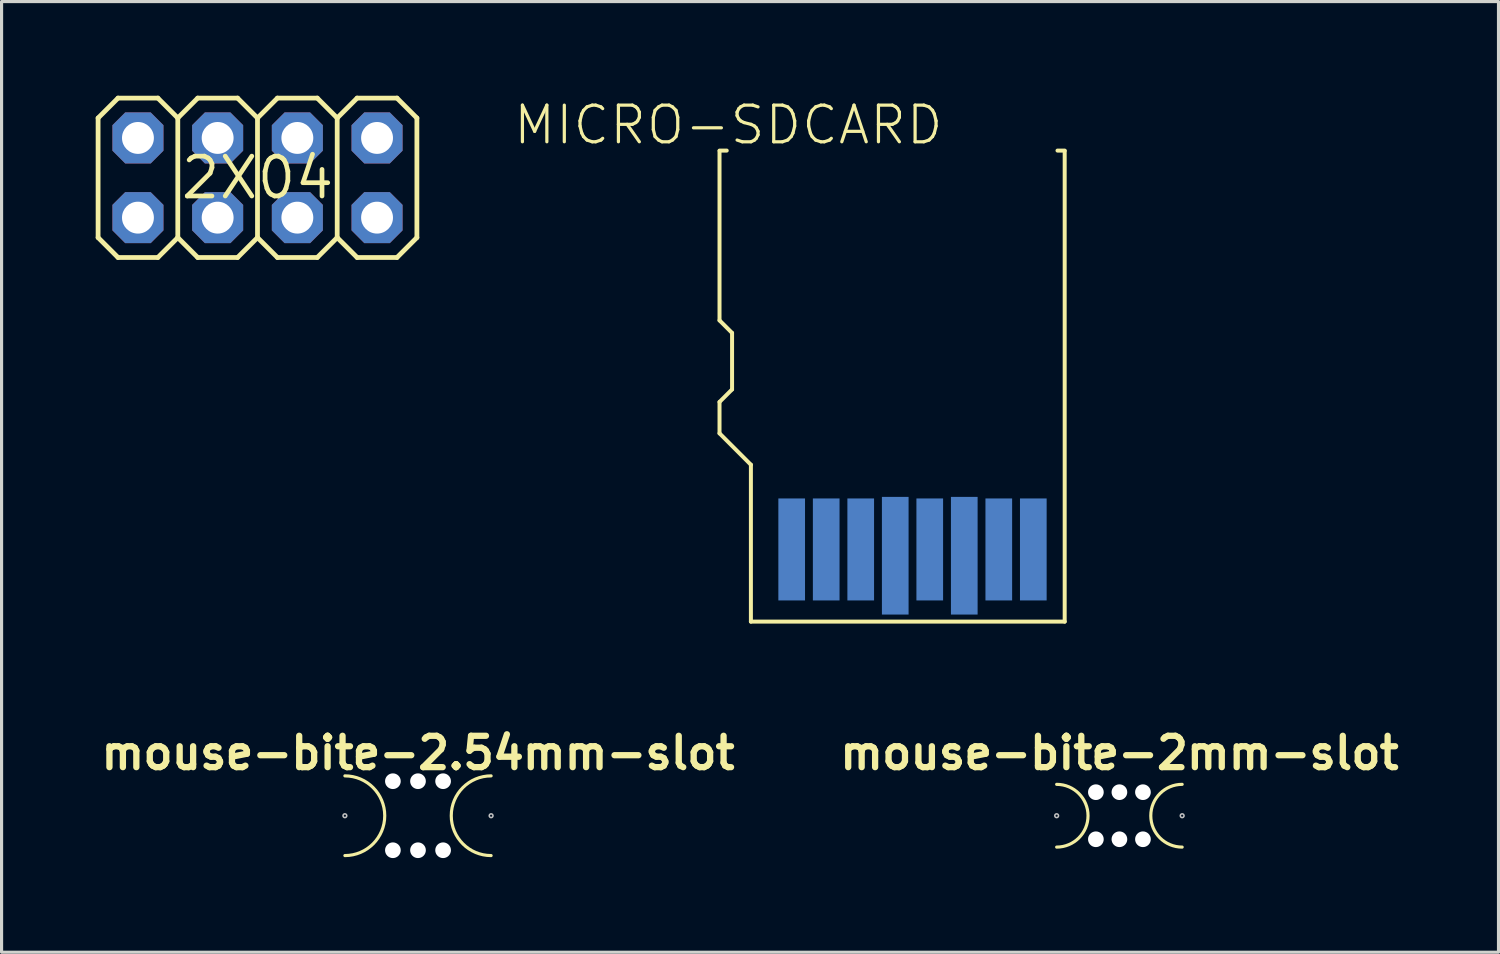
<source format=kicad_pcb>
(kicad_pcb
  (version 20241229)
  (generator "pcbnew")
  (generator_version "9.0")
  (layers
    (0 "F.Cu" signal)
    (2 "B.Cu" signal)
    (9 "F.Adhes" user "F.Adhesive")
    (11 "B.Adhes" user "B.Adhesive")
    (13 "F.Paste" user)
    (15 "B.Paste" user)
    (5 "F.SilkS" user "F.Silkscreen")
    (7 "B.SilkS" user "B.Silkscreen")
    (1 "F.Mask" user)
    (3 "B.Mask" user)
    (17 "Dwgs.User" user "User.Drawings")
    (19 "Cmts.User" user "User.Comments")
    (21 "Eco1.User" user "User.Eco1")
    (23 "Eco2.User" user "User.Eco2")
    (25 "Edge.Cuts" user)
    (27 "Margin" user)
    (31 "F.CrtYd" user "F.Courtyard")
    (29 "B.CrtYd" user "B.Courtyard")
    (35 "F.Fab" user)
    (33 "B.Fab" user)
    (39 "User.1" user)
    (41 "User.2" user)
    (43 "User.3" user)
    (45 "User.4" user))
  (footprint "MICRO-SDCARD"
    (layer "F.Cu")
    (at 20.72 16.76)
    (property "Reference" "MICRO-SDCARD" (at 6.35 -16.51 0) (layer "F.SilkS") (effects (font (size 1.168 1.168) (thickness 0.102)) (justify right top)))
    (fp_line (start -0.84 -15) (end -0.84 -9.6) (stroke (width 0.127) (type solid)) (layer "F.SilkS"))
    (fp_line (start -0.84 -9.6) (end -0.44 -9.2) (stroke (width 0.127) (type solid)) (layer "F.SilkS"))
    (fp_line (start -0.84 -7) (end -0.84 -6) (stroke (width 0.127) (type solid)) (layer "F.SilkS"))
    (fp_line (start -0.84 -6) (end 0.16 -5) (stroke (width 0.127) (type solid)) (layer "F.SilkS"))
    (fp_line (start -0.838 -15.011) (end -0.61 -15.011) (stroke (width 0.127) (type solid)) (layer "F.SilkS"))
    (fp_line (start -0.44 -9.2) (end -0.44 -7.4) (stroke (width 0.127) (type solid)) (layer "F.SilkS"))
    (fp_line (start -0.44 -7.4) (end -0.84 -7) (stroke (width 0.127) (type solid)) (layer "F.SilkS"))
    (fp_line (start 0.16 -5) (end 0.16 0) (stroke (width 0.127) (type solid)) (layer "F.SilkS"))
    (fp_line (start 0.16 0) (end 10.16 0) (stroke (width 0.127) (type solid)) (layer "F.SilkS"))
    (fp_line (start 9.931 -15.011) (end 10.16 -15.011) (stroke (width 0.127) (type solid)) (layer "F.SilkS"))
    (fp_line (start 10.16 0) (end 10.16 -15) (stroke (width 0.127) (type solid)) (layer "F.SilkS"))
    (pad "CD/DAT3" smd rect (at 2.56 -2.3) (size 0.85 3.25) (layers "B.Cu" "B.Mask" "B.Paste"))
    (pad "CLK" smd rect (at 5.86 -2.3) (size 0.85 3.25) (layers "B.Cu" "B.Mask" "B.Paste"))
    (pad "CMD" smd rect (at 3.66 -2.3) (size 0.85 3.25) (layers "B.Cu" "B.Mask" "B.Paste"))
    (pad "DAT0" smd rect (at 8.06 -2.3) (size 0.85 3.25) (layers "B.Cu" "B.Mask" "B.Paste"))
    (pad "DAT1" smd rect (at 9.16 -2.3) (size 0.85 3.25) (layers "B.Cu" "B.Mask" "B.Paste"))
    (pad "DAT2" smd rect (at 1.46 -2.3) (size 0.85 3.25) (layers "B.Cu" "B.Mask" "B.Paste"))
    (pad "GND" smd rect (at 6.96 -2.1 180) (size 0.85 3.75) (layers "B.Cu" "B.Mask" "B.Paste"))
    (pad "VCC" smd rect (at 4.76 -2.1) (size 0.85 3.75) (layers "B.Cu" "B.Mask" "B.Paste")))
  (footprint "mouse-bite-2mm-slot"
    (layer "F.Cu")
    (at 32.624 22.946)
    (property "Reference" "mouse-bite-2mm-slot" (at 0 -2 0) (layer "F.SilkS") (effects (font (size 1 1) (thickness 0.2))))
    (attr through_hole)
    (fp_arc (start -2 -1) (mid -1 0) (end -2 1) (stroke (width 0.1) (type solid)) (layer "F.SilkS"))
    (fp_arc (start 2 1) (mid 1 0) (end 2 -1) (stroke (width 0.1) (type solid)) (layer "F.SilkS"))
    (fp_circle (center -2 0) (end -2 -0.06) (stroke (width 0.05) (type solid)) (fill no) (layer "Dwgs.User"))
    (fp_circle (center 2 0) (end 2.06 0) (stroke (width 0.05) (type solid)) (fill no) (layer "Dwgs.User"))
    (fp_line (start -2 0) (end -2 0) (stroke (width 2) (type solid)) (layer "Eco1.User"))
    (fp_line (start 2 0) (end 2 0) (stroke (width 2) (type solid)) (layer "Eco1.User"))
    (pad "" np_thru_hole circle (at -0.75 -0.75) (size 0.5 0.5) (drill 0.5) (layers "*.Cu" "*.Mask"))
    (pad "" np_thru_hole circle (at -0.75 0.75) (size 0.5 0.5) (drill 0.5) (layers "*.Cu" "*.Mask"))
    (pad "" np_thru_hole circle (at 0 -0.75) (size 0.5 0.5) (drill 0.5) (layers "*.Cu" "*.Mask"))
    (pad "" np_thru_hole circle (at 0 0.75) (size 0.5 0.5) (drill 0.5) (layers "*.Cu" "*.Mask"))
    (pad "" np_thru_hole circle (at 0.75 -0.75) (size 0.5 0.5) (drill 0.5) (layers "*.Cu" "*.Mask"))
    (pad "" np_thru_hole circle (at 0.75 0.75) (size 0.5 0.5) (drill 0.5) (layers "*.Cu" "*.Mask")))
  (footprint "2X04"
    (layer "F.Cu")
    (at 5.156 2.616)
    (property "Reference" "2X04" (at 0 0 0) (layer "F.SilkS") (effects (font (size 1.27 1.27) (thickness 0.15))))
    (fp_line (start -5.08 -1.905) (end -4.445 -2.54) (stroke (width 0.152) (type solid)) (layer "F.SilkS"))
    (fp_line (start -5.08 1.905) (end -5.08 -1.905) (stroke (width 0.152) (type solid)) (layer "F.SilkS"))
    (fp_line (start -5.08 1.905) (end -4.445 2.54) (stroke (width 0.152) (type solid)) (layer "F.SilkS"))
    (fp_line (start -4.445 -2.54) (end -3.175 -2.54) (stroke (width 0.152) (type solid)) (layer "F.SilkS"))
    (fp_line (start -4.445 2.54) (end -3.175 2.54) (stroke (width 0.152) (type solid)) (layer "F.SilkS"))
    (fp_line (start -3.175 -2.54) (end -2.54 -1.905) (stroke (width 0.152) (type solid)) (layer "F.SilkS"))
    (fp_line (start -3.175 2.54) (end -2.54 1.905) (stroke (width 0.152) (type solid)) (layer "F.SilkS"))
    (fp_line (start -2.54 -1.905) (end -2.54 1.905) (stroke (width 0.152) (type solid)) (layer "F.SilkS"))
    (fp_line (start -2.54 -1.905) (end -1.905 -2.54) (stroke (width 0.152) (type solid)) (layer "F.SilkS"))
    (fp_line (start -2.54 1.905) (end -1.905 2.54) (stroke (width 0.152) (type solid)) (layer "F.SilkS"))
    (fp_line (start -1.905 -2.54) (end -0.635 -2.54) (stroke (width 0.152) (type solid)) (layer "F.SilkS"))
    (fp_line (start -1.905 2.54) (end -0.635 2.54) (stroke (width 0.152) (type solid)) (layer "F.SilkS"))
    (fp_line (start -0.635 -2.54) (end 0 -1.905) (stroke (width 0.152) (type solid)) (layer "F.SilkS"))
    (fp_line (start -0.635 2.54) (end 0 1.905) (stroke (width 0.152) (type solid)) (layer "F.SilkS"))
    (fp_line (start 0 -1.905) (end 0 1.905) (stroke (width 0.152) (type solid)) (layer "F.SilkS"))
    (fp_line (start 0 -1.905) (end 0.635 -2.54) (stroke (width 0.152) (type solid)) (layer "F.SilkS"))
    (fp_line (start 0 1.905) (end 0.635 2.54) (stroke (width 0.152) (type solid)) (layer "F.SilkS"))
    (fp_line (start 0.635 -2.54) (end 1.905 -2.54) (stroke (width 0.152) (type solid)) (layer "F.SilkS"))
    (fp_line (start 0.635 2.54) (end 1.905 2.54) (stroke (width 0.152) (type solid)) (layer "F.SilkS"))
    (fp_line (start 1.905 -2.54) (end 2.54 -1.905) (stroke (width 0.152) (type solid)) (layer "F.SilkS"))
    (fp_line (start 1.905 2.54) (end 2.54 1.905) (stroke (width 0.152) (type solid)) (layer "F.SilkS"))
    (fp_line (start 2.54 -1.905) (end 2.54 1.905) (stroke (width 0.152) (type solid)) (layer "F.SilkS"))
    (fp_line (start 2.54 -1.905) (end 3.175 -2.54) (stroke (width 0.152) (type solid)) (layer "F.SilkS"))
    (fp_line (start 2.54 1.905) (end 3.175 2.54) (stroke (width 0.152) (type solid)) (layer "F.SilkS"))
    (fp_line (start 3.175 -2.54) (end 4.445 -2.54) (stroke (width 0.152) (type solid)) (layer "F.SilkS"))
    (fp_line (start 3.175 2.54) (end 4.445 2.54) (stroke (width 0.152) (type solid)) (layer "F.SilkS"))
    (fp_line (start 4.445 -2.54) (end 5.08 -1.905) (stroke (width 0.152) (type solid)) (layer "F.SilkS"))
    (fp_line (start 4.445 2.54) (end 5.08 1.905) (stroke (width 0.152) (type solid)) (layer "F.SilkS"))
    (fp_line (start 5.08 -1.905) (end 5.08 1.905) (stroke (width 0.152) (type solid)) (layer "F.SilkS"))
    (fp_poly (pts (xy -4.064 -1.016) (xy -3.556 -1.016) (xy -3.556 -1.524) (xy -4.064 -1.524)) (stroke (width 0.1) (type solid)) (fill no) (layer "F.Fab"))
    (fp_poly (pts (xy -4.064 1.524) (xy -3.556 1.524) (xy -3.556 1.016) (xy -4.064 1.016)) (stroke (width 0.1) (type solid)) (fill no) (layer "F.Fab"))
    (fp_poly (pts (xy -1.524 -1.016) (xy -1.016 -1.016) (xy -1.016 -1.524) (xy -1.524 -1.524)) (stroke (width 0.1) (type solid)) (fill no) (layer "F.Fab"))
    (fp_poly (pts (xy -1.524 1.524) (xy -1.016 1.524) (xy -1.016 1.016) (xy -1.524 1.016)) (stroke (width 0.1) (type solid)) (fill no) (layer "F.Fab"))
    (fp_poly (pts (xy 1.016 -1.016) (xy 1.524 -1.016) (xy 1.524 -1.524) (xy 1.016 -1.524)) (stroke (width 0.1) (type solid)) (fill no) (layer "F.Fab"))
    (fp_poly (pts (xy 1.016 1.524) (xy 1.524 1.524) (xy 1.524 1.016) (xy 1.016 1.016)) (stroke (width 0.1) (type solid)) (fill no) (layer "F.Fab"))
    (fp_poly (pts (xy 3.556 -1.016) (xy 4.064 -1.016) (xy 4.064 -1.524) (xy 3.556 -1.524)) (stroke (width 0.1) (type solid)) (fill no) (layer "F.Fab"))
    (fp_poly (pts (xy 3.556 1.524) (xy 4.064 1.524) (xy 4.064 1.016) (xy 3.556 1.016)) (stroke (width 0.1) (type solid)) (fill no) (layer "F.Fab"))
    (pad "1" thru_hole roundrect (at -3.81 1.27) (size 1.626 1.626) (drill 1.016) (layers "*.Cu" "*.Mask") (roundrect_rratio 0.25) (chamfer_ratio 0.25) (chamfer top_left top_right bottom_left bottom_right))
    (pad "2" thru_hole roundrect (at -3.81 -1.27) (size 1.626 1.626) (drill 1.016) (layers "*.Cu" "*.Mask") (roundrect_rratio 0.25) (chamfer_ratio 0.25) (chamfer top_left top_right bottom_left bottom_right))
    (pad "3" thru_hole roundrect (at -1.27 1.27) (size 1.626 1.626) (drill 1.016) (layers "*.Cu" "*.Mask") (roundrect_rratio 0.25) (chamfer_ratio 0.25) (chamfer top_left top_right bottom_left bottom_right))
    (pad "4" thru_hole roundrect (at -1.27 -1.27) (size 1.626 1.626) (drill 1.016) (layers "*.Cu" "*.Mask") (roundrect_rratio 0.25) (chamfer_ratio 0.25) (chamfer top_left top_right bottom_left bottom_right))
    (pad "5" thru_hole roundrect (at 1.27 1.27) (size 1.626 1.626) (drill 1.016) (layers "*.Cu" "*.Mask") (roundrect_rratio 0.25) (chamfer_ratio 0.25) (chamfer top_left top_right bottom_left bottom_right))
    (pad "6" thru_hole roundrect (at 1.27 -1.27) (size 1.626 1.626) (drill 1.016) (layers "*.Cu" "*.Mask") (roundrect_rratio 0.25) (chamfer_ratio 0.25) (chamfer top_left top_right bottom_left bottom_right))
    (pad "7" thru_hole roundrect (at 3.81 1.27) (size 1.626 1.626) (drill 1.016) (layers "*.Cu" "*.Mask") (roundrect_rratio 0.25) (chamfer_ratio 0.25) (chamfer top_left top_right bottom_left bottom_right))
    (pad "8" thru_hole roundrect (at 3.81 -1.27) (size 1.626 1.626) (drill 1.016) (layers "*.Cu" "*.Mask") (roundrect_rratio 0.25) (chamfer_ratio 0.25) (chamfer top_left top_right bottom_left bottom_right)))
  (footprint "mouse-bite-2.54mm-slot"
    (layer "F.Cu")
    (at 10.271 22.946)
    (property "Reference" "mouse-bite-2.54mm-slot" (at 0 -2 0) (layer "F.SilkS") (effects (font (size 1 1) (thickness 0.2))))
    (attr through_hole)
    (fp_arc (start -2.33 -1.27) (mid -1.06 0) (end -2.33 1.27) (stroke (width 0.1) (type solid)) (layer "F.SilkS"))
    (fp_arc (start 2.33 1.27) (mid 1.06 0) (end 2.33 -1.27) (stroke (width 0.1) (type solid)) (layer "F.SilkS"))
    (fp_circle (center -2.33 0) (end -2.27 0) (stroke (width 0.05) (type solid)) (fill no) (layer "Dwgs.User"))
    (fp_circle (center 2.33 0) (end 2.33 -0.06) (stroke (width 0.05) (type solid)) (fill no) (layer "Dwgs.User"))
    (fp_line (start -2.33 0) (end -2.33 0) (stroke (width 2.54) (type solid)) (layer "Eco1.User"))
    (fp_line (start 2.33 0) (end 2.33 0) (stroke (width 2.54) (type solid)) (layer "Eco1.User"))
    (pad "" np_thru_hole circle (at -0.8 -1.1) (size 0.5 0.5) (drill 0.5) (layers "*.Cu" "*.Mask"))
    (pad "" np_thru_hole circle (at -0.8 1.1) (size 0.5 0.5) (drill 0.5) (layers "*.Cu" "*.Mask"))
    (pad "" np_thru_hole circle (at 0 -1.1) (size 0.5 0.5) (drill 0.5) (layers "*.Cu" "*.Mask"))
    (pad "" np_thru_hole circle (at 0 1.1) (size 0.5 0.5) (drill 0.5) (layers "*.Cu" "*.Mask"))
    (pad "" np_thru_hole circle (at 0.8 -1.1) (size 0.5 0.5) (drill 0.5) (layers "*.Cu" "*.Mask"))
    (pad "" np_thru_hole circle (at 0.8 1.1) (size 0.5 0.5) (drill 0.5) (layers "*.Cu" "*.Mask")))
  (gr_rect
    (start -3 -3)
    (end 44.705 27.296)
    (stroke (width 0.1) (type default))
    (fill no)
    (layer "Edge.Cuts")))
</source>
